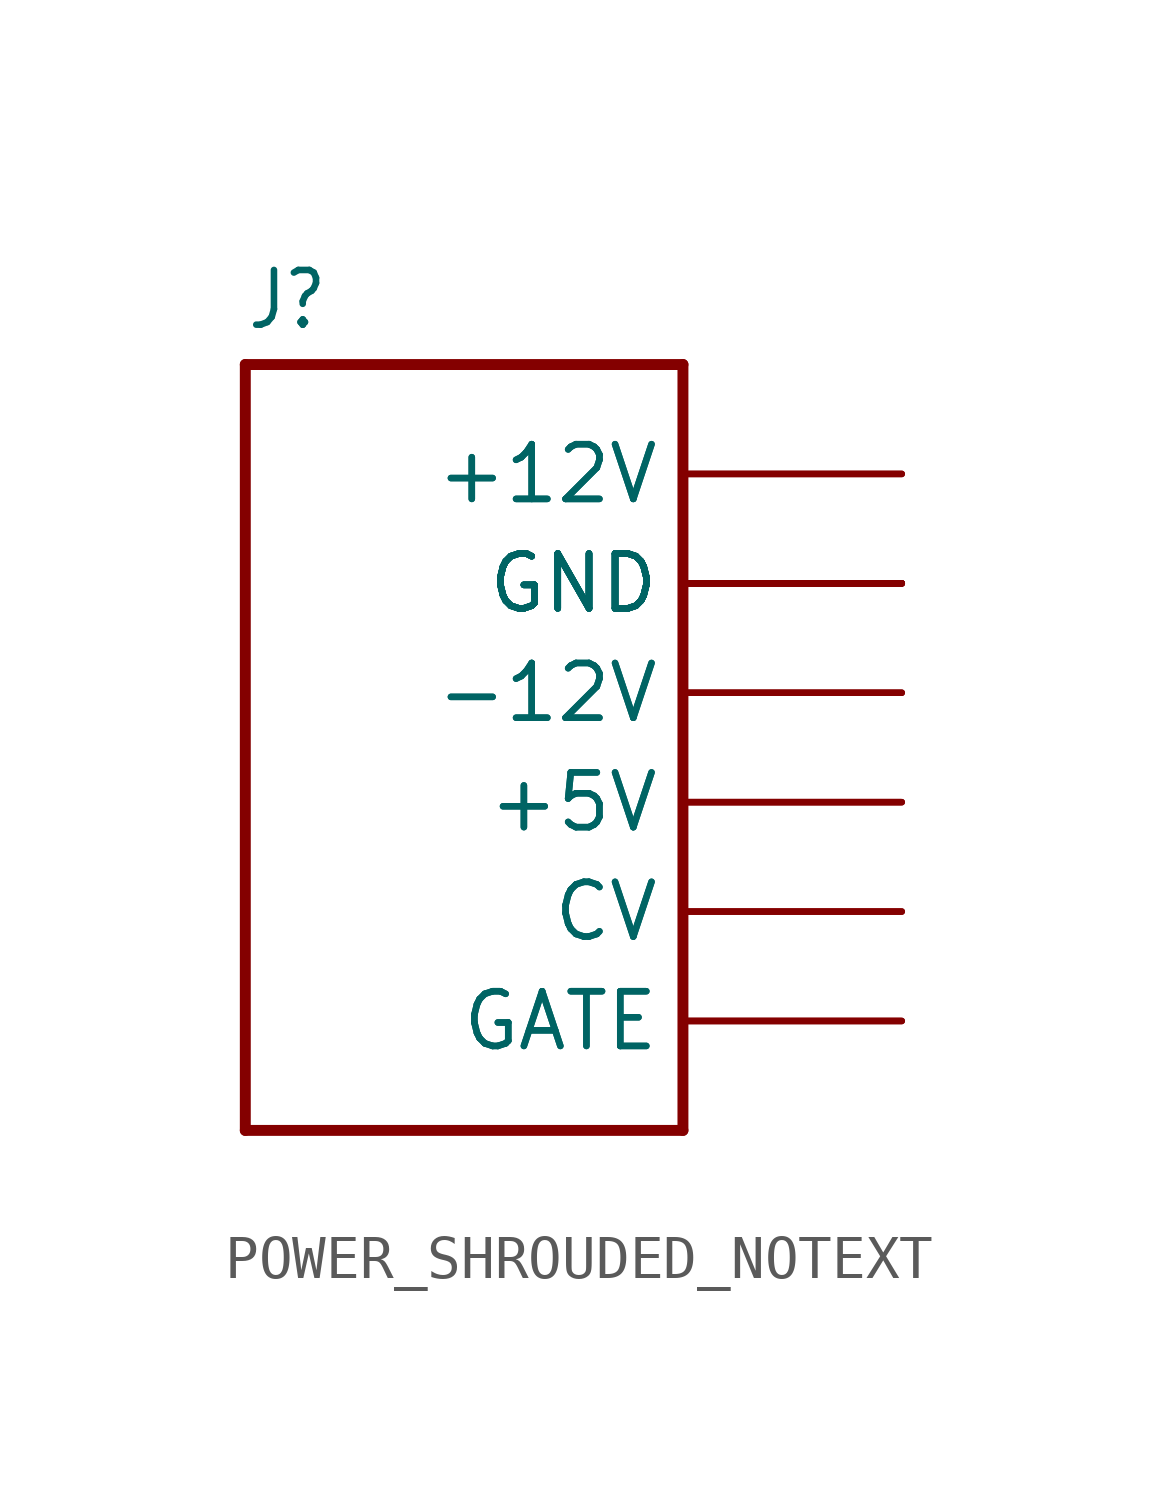
<source format=kicad_sym>
(kicad_symbol_lib
  (version 20211014)
  (generator kicad_symbol_editor)
  (symbol "POWER_SHROUDED_NOTEXT"
    (property "Reference" "J"
      (at -5.08 8.382 0)
      (effects (font (size 1.27 1.079)) (justify left bottom)))
    (property "ki_locked" ""
      (at 0 0 0)
      (effects (font (size 1.27 1.27))))
    (symbol "POWER_SHROUDED_NOTEXT_1_0"
      (polyline (pts (xy -5.08 -10.16) (xy 5.08 -10.16)) (stroke (width 0.254) (type default) (color 0 0 0 0)) (fill (type none)))
      (polyline (pts (xy -5.08 7.62) (xy -5.08 -10.16)) (stroke (width 0.254) (type default) (color 0 0 0 0)) (fill (type none)))
      (polyline (pts (xy 5.08 -10.16) (xy 5.08 7.62)) (stroke (width 0.254) (type default) (color 0 0 0 0)) (fill (type none)))
      (polyline (pts (xy 5.08 7.62) (xy -5.08 7.62)) (stroke (width 0.254) (type default) (color 0 0 0 0)) (fill (type none)))
      (pin bidirectional line (at 10.16 0 180) (length 5.08) (name "-12V" (effects (font (size 1.27 1.27)))) (number "1" (effects (font (size 0 0)))))
      (pin bidirectional line (at 10.16 5.08 180) (length 5.08) (name "+12V" (effects (font (size 1.27 1.27)))) (number "10" (effects (font (size 0 0)))))
      (pin bidirectional line (at 10.16 -2.54 180) (length 5.08) (name "+5V" (effects (font (size 1.27 1.27)))) (number "11" (effects (font (size 0 0)))))
      (pin bidirectional line (at 10.16 -2.54 180) (length 5.08) (name "+5V" (effects (font (size 1.27 1.27)))) (number "12" (effects (font (size 0 0)))))
      (pin bidirectional line (at 10.16 -5.08 180) (length 5.08) (name "CV" (effects (font (size 1.27 1.27)))) (number "13" (effects (font (size 0 0)))))
      (pin bidirectional line (at 10.16 -5.08 180) (length 5.08) (name "CV" (effects (font (size 1.27 1.27)))) (number "14" (effects (font (size 0 0)))))
      (pin bidirectional line (at 10.16 -7.62 180) (length 5.08) (name "GATE" (effects (font (size 1.27 1.27)))) (number "15" (effects (font (size 0 0)))))
      (pin bidirectional line (at 10.16 -7.62 180) (length 5.08) (name "GATE" (effects (font (size 1.27 1.27)))) (number "16" (effects (font (size 0 0)))))
      (pin bidirectional line (at 10.16 0 180) (length 5.08) (name "-12V" (effects (font (size 1.27 1.27)))) (number "2" (effects (font (size 0 0)))))
      (pin bidirectional line (at 10.16 2.54 180) (length 5.08) (name "GND" (effects (font (size 1.27 1.27)))) (number "3" (effects (font (size 0 0)))))
      (pin bidirectional line (at 10.16 2.54 180) (length 5.08) (name "GND" (effects (font (size 1.27 1.27)))) (number "4" (effects (font (size 0 0)))))
      (pin bidirectional line (at 10.16 2.54 180) (length 5.08) (name "GND" (effects (font (size 1.27 1.27)))) (number "5" (effects (font (size 0 0)))))
      (pin bidirectional line (at 10.16 2.54 180) (length 5.08) (name "GND" (effects (font (size 1.27 1.27)))) (number "6" (effects (font (size 0 0)))))
      (pin bidirectional line (at 10.16 2.54 180) (length 5.08) (name "GND" (effects (font (size 1.27 1.27)))) (number "7" (effects (font (size 0 0)))))
      (pin bidirectional line (at 10.16 2.54 180) (length 5.08) (name "GND" (effects (font (size 1.27 1.27)))) (number "8" (effects (font (size 0 0)))))
      (pin bidirectional line (at 10.16 5.08 180) (length 5.08) (name "+12V" (effects (font (size 1.27 1.27)))) (number "9" (effects (font (size 0 0))))))))
</source>
